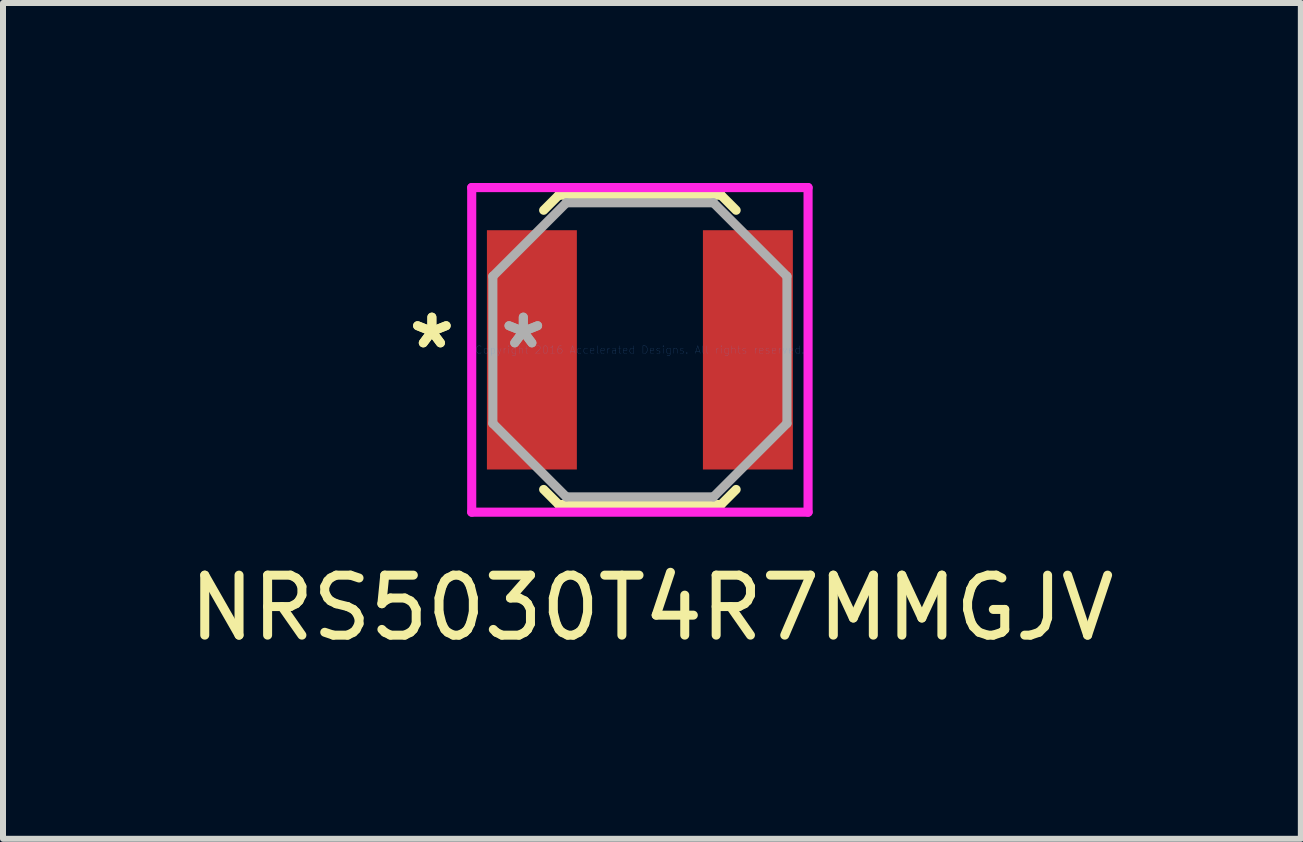
<source format=kicad_pcb>
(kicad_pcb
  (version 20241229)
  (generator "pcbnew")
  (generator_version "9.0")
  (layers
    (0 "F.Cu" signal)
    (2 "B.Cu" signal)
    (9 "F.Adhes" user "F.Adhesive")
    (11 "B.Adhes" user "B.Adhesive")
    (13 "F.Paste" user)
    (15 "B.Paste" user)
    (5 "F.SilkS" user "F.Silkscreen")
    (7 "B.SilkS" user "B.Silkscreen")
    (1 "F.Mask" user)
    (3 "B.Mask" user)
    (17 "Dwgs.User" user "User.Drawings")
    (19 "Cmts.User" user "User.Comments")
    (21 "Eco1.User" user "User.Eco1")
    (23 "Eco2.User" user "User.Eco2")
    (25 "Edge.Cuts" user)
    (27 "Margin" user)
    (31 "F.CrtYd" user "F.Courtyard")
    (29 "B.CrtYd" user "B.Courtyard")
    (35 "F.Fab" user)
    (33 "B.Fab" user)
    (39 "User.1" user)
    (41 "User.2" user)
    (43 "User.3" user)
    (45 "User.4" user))
  (footprint "NRS5030T4R7MMGJV"
    (layer "F.Cu")
    (at 7.615 2.781)
    (property "Reference" "NRS5030T4R7MMGJV" (at 0.2 4.3 0) (layer "F.SilkS") (effects (font (size 1 1) (thickness 0.15))))
    (attr through_hole)
    (fp_line (start -1.604 2.327) (end -1.353 2.578) (stroke (width 0.152) (type solid)) (layer "F.SilkS"))
    (fp_line (start -1.353 -2.578) (end -1.604 -2.327) (stroke (width 0.152) (type solid)) (layer "F.SilkS"))
    (fp_line (start -1.353 2.578) (end 1.353 2.578) (stroke (width 0.152) (type solid)) (layer "F.SilkS"))
    (fp_line (start 1.353 -2.578) (end -1.353 -2.578) (stroke (width 0.152) (type solid)) (layer "F.SilkS"))
    (fp_line (start 1.353 2.578) (end 1.604 2.327) (stroke (width 0.152) (type solid)) (layer "F.SilkS"))
    (fp_line (start 1.604 -2.327) (end 1.353 -2.578) (stroke (width 0.152) (type solid)) (layer "F.SilkS"))
    (fp_line (start -2.803 -2.705) (end 2.803 -2.705) (stroke (width 0.152) (type solid)) (layer "F.CrtYd"))
    (fp_line (start -2.803 2.705) (end -2.803 -2.705) (stroke (width 0.152) (type solid)) (layer "F.CrtYd"))
    (fp_line (start 2.803 -2.705) (end 2.803 2.705) (stroke (width 0.152) (type solid)) (layer "F.CrtYd"))
    (fp_line (start 2.803 2.705) (end -2.803 2.705) (stroke (width 0.152) (type solid)) (layer "F.CrtYd"))
    (fp_line (start -2.451 -1.226) (end -2.451 1.226) (stroke (width 0.152) (type solid)) (layer "F.Fab"))
    (fp_line (start -2.451 1.226) (end -1.226 2.451) (stroke (width 0.152) (type solid)) (layer "F.Fab"))
    (fp_line (start -1.226 -2.451) (end -2.451 -1.226) (stroke (width 0.152) (type solid)) (layer "F.Fab"))
    (fp_line (start -1.226 2.451) (end 1.226 2.451) (stroke (width 0.152) (type solid)) (layer "F.Fab"))
    (fp_line (start 1.226 -2.451) (end -1.226 -2.451) (stroke (width 0.152) (type solid)) (layer "F.Fab"))
    (fp_line (start 1.226 2.451) (end 2.451 1.226) (stroke (width 0.152) (type solid)) (layer "F.Fab"))
    (fp_line (start 2.451 -1.226) (end 1.226 -2.451) (stroke (width 0.152) (type solid)) (layer "F.Fab"))
    (fp_line (start 2.451 1.226) (end 2.451 -1.226) (stroke (width 0.152) (type solid)) (layer "F.Fab"))
    (fp_text user "*" (at -3.467 0 0) (layer "F.SilkS") (effects (font (size 1 1) (thickness 0.15))))
    (fp_text user "*" (at -3.467 0 0) (layer "F.SilkS") (effects (font (size 1 1) (thickness 0.15))))
    (fp_text user "Copyright 2016 Accelerated Designs. All rights reserved." (at 0 0 0) (layer "Cmts.User") (effects (font (size 0.127 0.127) (thickness 0.002))))
    (fp_text user "*" (at -1.943 0 0) (layer "F.Fab") (effects (font (size 1 1) (thickness 0.15))))
    (fp_text user "*" (at -1.943 0 0) (layer "F.Fab") (effects (font (size 1 1) (thickness 0.15))))
    (pad "1" smd rect (at -1.8 0) (size 1.499 3.988) (layers "F.Cu" "F.Mask" "F.Paste"))
    (pad "2" smd rect (at 1.8 0) (size 1.499 3.988) (layers "F.Cu" "F.Mask" "F.Paste")))
  (gr_rect
    (start -3 -3)
    (end 18.631 10.93)
    (stroke (width 0.1) (type default))
    (fill no)
    (layer "Edge.Cuts")))
</source>
